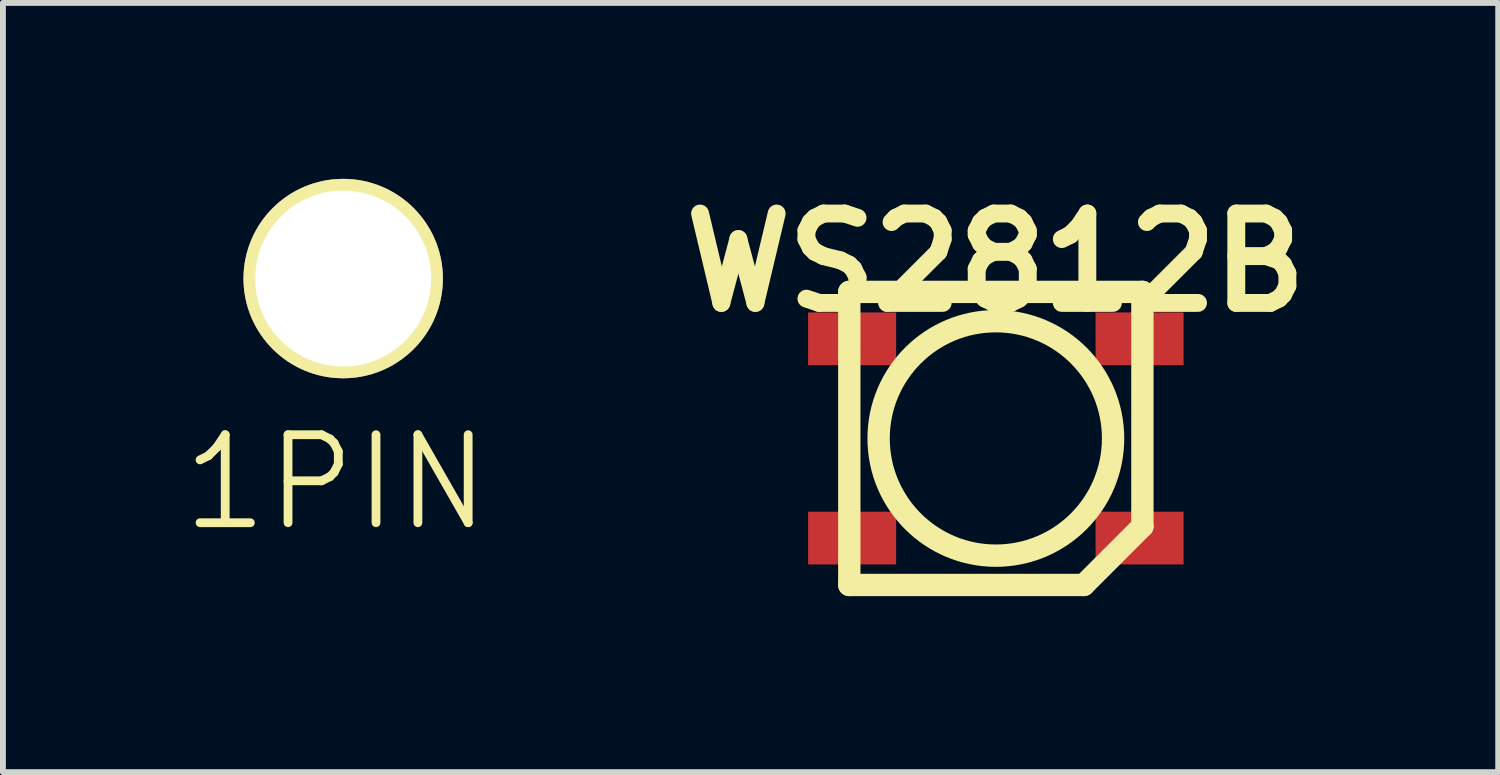
<source format=kicad_pcb>
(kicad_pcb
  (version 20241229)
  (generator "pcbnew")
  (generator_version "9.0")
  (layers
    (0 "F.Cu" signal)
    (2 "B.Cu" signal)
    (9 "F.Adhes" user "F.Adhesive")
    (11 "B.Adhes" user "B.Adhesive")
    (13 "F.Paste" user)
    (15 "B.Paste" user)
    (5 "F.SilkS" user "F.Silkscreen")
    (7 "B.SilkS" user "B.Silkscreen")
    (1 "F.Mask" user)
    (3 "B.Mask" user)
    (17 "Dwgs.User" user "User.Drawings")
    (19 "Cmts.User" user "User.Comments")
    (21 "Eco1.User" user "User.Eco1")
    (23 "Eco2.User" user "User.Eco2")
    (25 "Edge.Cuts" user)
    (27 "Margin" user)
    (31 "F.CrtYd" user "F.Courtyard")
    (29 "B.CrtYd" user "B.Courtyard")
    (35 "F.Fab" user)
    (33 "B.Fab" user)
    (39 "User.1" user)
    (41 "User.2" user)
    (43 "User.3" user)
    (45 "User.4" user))
  (footprint "WS2812B"
    (layer "F.Cu")
    (at 13.931 4.426)
    (property "Reference" "WS2812B" (at 0 -3 0) (layer "F.SilkS") (effects (font (size 1.524 1.524) (thickness 0.305))))
    (attr through_hole)
    (fp_line (start -2.499 -2.499) (end 2.499 -2.499) (stroke (width 0.381) (type solid)) (layer "F.SilkS"))
    (fp_line (start -2.499 2.499) (end -2.499 -2.499) (stroke (width 0.381) (type solid)) (layer "F.SilkS"))
    (fp_line (start 1.499 2.499) (end 2.499 1.499) (stroke (width 0.381) (type solid)) (layer "F.SilkS"))
    (fp_line (start 1.499 2.499) (end -2.499 2.499) (stroke (width 0.381) (type solid)) (layer "F.SilkS"))
    (fp_line (start 2.499 -2.499) (end 2.499 1.499) (stroke (width 0.381) (type solid)) (layer "F.SilkS"))
    (fp_circle (center 0 0) (end 1.999 0) (stroke (width 0.381) (type solid)) (fill no) (layer "F.SilkS"))
    (pad "1" smd rect (at -2.451 -1.699) (size 1.501 0.899) (layers "F.Cu" "F.Mask" "F.Paste"))
    (pad "2" smd rect (at -2.451 1.699) (size 1.501 0.899) (layers "F.Cu" "F.Mask" "F.Paste"))
    (pad "3" smd rect (at 2.451 1.699) (size 1.501 0.899) (layers "F.Cu" "F.Mask" "F.Paste"))
    (pad "4" smd rect (at 2.451 -1.699) (size 1.501 0.899) (layers "F.Cu" "F.Mask" "F.Paste")))
  (footprint "1PIN"
    (layer "F.Cu")
    (at 2.802 1.7)
    (property "Reference" "1PIN" (at -0.119 3.477 0) (layer "F.SilkS") (effects (font (size 1.5 1.5) (thickness 0.15))))
    (attr through_hole)
    (pad "1" thru_hole circle (at 0 0) (size 3.4 3.4) (drill 3) (layers "*.Cu" "*.Mask" "F.SilkS")))
  (gr_rect
    (start -3 -3)
    (end 22.497 10.116)
    (stroke (width 0.1) (type default))
    (fill no)
    (layer "Edge.Cuts")))
</source>
